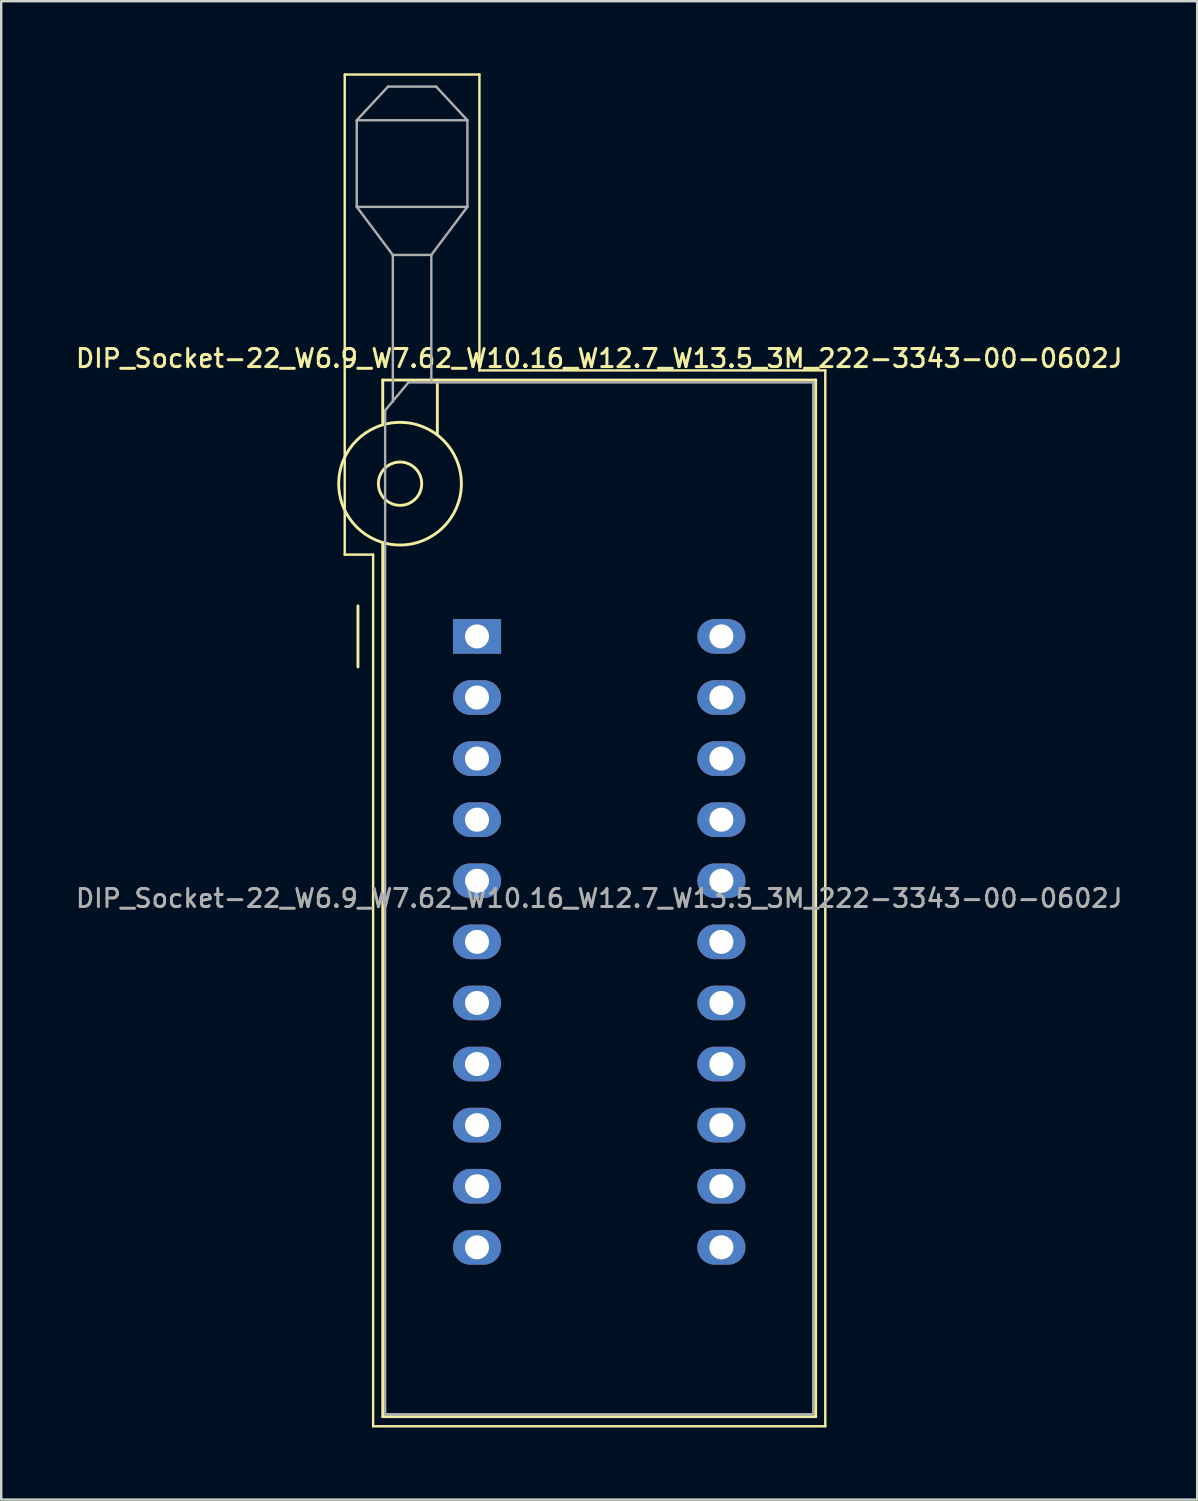
<source format=kicad_pcb>
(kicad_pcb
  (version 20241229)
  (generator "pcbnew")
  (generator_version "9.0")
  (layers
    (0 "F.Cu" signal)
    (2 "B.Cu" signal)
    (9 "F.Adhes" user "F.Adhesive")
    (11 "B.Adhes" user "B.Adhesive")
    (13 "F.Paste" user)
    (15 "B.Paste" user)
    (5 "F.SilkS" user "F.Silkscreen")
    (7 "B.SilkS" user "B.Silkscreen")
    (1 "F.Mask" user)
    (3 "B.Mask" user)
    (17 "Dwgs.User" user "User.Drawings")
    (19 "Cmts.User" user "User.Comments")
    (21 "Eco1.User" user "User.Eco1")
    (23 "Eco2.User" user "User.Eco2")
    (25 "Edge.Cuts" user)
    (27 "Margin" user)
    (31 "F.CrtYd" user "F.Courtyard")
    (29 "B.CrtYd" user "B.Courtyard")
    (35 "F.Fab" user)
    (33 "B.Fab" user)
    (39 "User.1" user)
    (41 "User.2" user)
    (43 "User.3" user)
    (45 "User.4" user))
  (footprint "DIP_Socket-22_W6.9_W7.62_W10.16_W12.7_W13.5_3M_222-3343-00-0602J"
    (layer "F.Cu")
    (at 16.783 23.41)
    (property "Reference" "DIP_Socket-22_W6.9_W7.62_W10.16_W12.7_W13.5_3M_222-3343-00-0602J" (at 5.08 -11.56 0) (layer "F.SilkS") (effects (font (size 0.75 0.75) (thickness 0.125))))
    (attr through_hole)
    (fp_line (start -5.5 -23.36) (end 0.1 -23.36) (stroke (width 0.1) (type solid)) (layer "F.SilkS"))
    (fp_line (start -5.5 -3.4) (end -5.5 -23.36) (stroke (width 0.1) (type solid)) (layer "F.SilkS"))
    (fp_line (start -4.95 1.27) (end -4.95 -1.27) (stroke (width 0.12) (type solid)) (layer "F.SilkS"))
    (fp_line (start -4.32 -3.4) (end -5.5 -3.4) (stroke (width 0.1) (type solid)) (layer "F.SilkS"))
    (fp_line (start -4.32 32.84) (end -4.32 -3.4) (stroke (width 0.1) (type solid)) (layer "F.SilkS"))
    (fp_line (start -3.92 -10.66) (end -3.92 -8.8) (stroke (width 0.12) (type solid)) (layer "F.SilkS"))
    (fp_line (start -3.92 -3.9) (end -3.92 32.44) (stroke (width 0.12) (type solid)) (layer "F.SilkS"))
    (fp_line (start -3.92 32.44) (end 14.08 32.44) (stroke (width 0.12) (type solid)) (layer "F.SilkS"))
    (fp_line (start -1.65 -10.66) (end -1.65 -8.4) (stroke (width 0.12) (type solid)) (layer "F.SilkS"))
    (fp_line (start 0.1 -23.36) (end 0.1 -11.06) (stroke (width 0.1) (type solid)) (layer "F.SilkS"))
    (fp_line (start 0.1 -11.06) (end 14.48 -11.06) (stroke (width 0.1) (type solid)) (layer "F.SilkS"))
    (fp_line (start 14.08 -10.66) (end -3.92 -10.66) (stroke (width 0.12) (type solid)) (layer "F.SilkS"))
    (fp_line (start 14.08 32.44) (end 14.08 -10.66) (stroke (width 0.12) (type solid)) (layer "F.SilkS"))
    (fp_line (start 14.48 -11.06) (end 14.48 32.84) (stroke (width 0.1) (type solid)) (layer "F.SilkS"))
    (fp_line (start 14.48 32.84) (end -4.32 32.84) (stroke (width 0.1) (type solid)) (layer "F.SilkS"))
    (fp_circle (center -3.2 -6.35) (end -2.3 -6.35) (stroke (width 0.12) (type solid)) (fill no) (layer "F.SilkS"))
    (fp_circle (center -3.2 -6.35) (end -0.65 -6.35) (stroke (width 0.12) (type solid)) (fill no) (layer "F.SilkS"))
    (fp_line (start -5 -21.46) (end -5 -17.86) (stroke (width 0.1) (type solid)) (layer "F.Fab"))
    (fp_line (start -5 -21.46) (end -3.7 -22.86) (stroke (width 0.1) (type solid)) (layer "F.Fab"))
    (fp_line (start -5 -17.86) (end -3.5 -15.86) (stroke (width 0.1) (type solid)) (layer "F.Fab"))
    (fp_line (start -5 -17.86) (end -0.4 -17.86) (stroke (width 0.1) (type solid)) (layer "F.Fab"))
    (fp_line (start -3.82 -9.4) (end -2.85 -10.56) (stroke (width 0.1) (type solid)) (layer "F.Fab"))
    (fp_line (start -3.82 32.34) (end -3.82 -9.4) (stroke (width 0.1) (type solid)) (layer "F.Fab"))
    (fp_line (start -3.7 -22.86) (end -1.7 -22.86) (stroke (width 0.1) (type solid)) (layer "F.Fab"))
    (fp_line (start -3.5 -15.86) (end -1.9 -15.86) (stroke (width 0.1) (type solid)) (layer "F.Fab"))
    (fp_line (start -3.5 -9.75) (end -3.5 -15.86) (stroke (width 0.1) (type solid)) (layer "F.Fab"))
    (fp_line (start -2.85 -10.56) (end 13.98 -10.56) (stroke (width 0.1) (type solid)) (layer "F.Fab"))
    (fp_line (start -1.9 -15.86) (end -1.9 -10.56) (stroke (width 0.1) (type solid)) (layer "F.Fab"))
    (fp_line (start -1.7 -22.86) (end -0.4 -21.46) (stroke (width 0.1) (type solid)) (layer "F.Fab"))
    (fp_line (start -0.4 -21.46) (end -5 -21.46) (stroke (width 0.1) (type solid)) (layer "F.Fab"))
    (fp_line (start -0.4 -17.86) (end -1.9 -15.86) (stroke (width 0.1) (type solid)) (layer "F.Fab"))
    (fp_line (start -0.4 -17.86) (end -0.4 -21.46) (stroke (width 0.1) (type solid)) (layer "F.Fab"))
    (fp_line (start 13.98 -10.56) (end 13.98 32.34) (stroke (width 0.1) (type solid)) (layer "F.Fab"))
    (fp_line (start 13.98 32.34) (end -3.82 32.34) (stroke (width 0.1) (type solid)) (layer "F.Fab"))
    (fp_text user "${REFERENCE}" (at 5.08 10.89 0) (layer "F.Fab") (effects (font (size 0.75 0.75) (thickness 0.125))))
    (pad "1" thru_hole rect (at 0 0) (size 2 1.44) (drill 1) (layers "*.Cu" "*.Mask"))
    (pad "2" thru_hole oval (at 0 2.54) (size 2 1.44) (drill 1) (layers "*.Cu" "*.Mask"))
    (pad "3" thru_hole oval (at 0 5.08) (size 2 1.44) (drill 1) (layers "*.Cu" "*.Mask"))
    (pad "4" thru_hole oval (at 0 7.62) (size 2 1.44) (drill 1) (layers "*.Cu" "*.Mask"))
    (pad "5" thru_hole oval (at 0 10.16) (size 2 1.44) (drill 1) (layers "*.Cu" "*.Mask"))
    (pad "6" thru_hole oval (at 0 12.7) (size 2 1.44) (drill 1) (layers "*.Cu" "*.Mask"))
    (pad "7" thru_hole oval (at 0 15.24) (size 2 1.44) (drill 1) (layers "*.Cu" "*.Mask"))
    (pad "8" thru_hole oval (at 0 17.78) (size 2 1.44) (drill 1) (layers "*.Cu" "*.Mask"))
    (pad "9" thru_hole oval (at 0 20.32) (size 2 1.44) (drill 1) (layers "*.Cu" "*.Mask"))
    (pad "10" thru_hole oval (at 0 22.86) (size 2 1.44) (drill 1) (layers "*.Cu" "*.Mask"))
    (pad "11" thru_hole oval (at 0 25.4) (size 2 1.44) (drill 1) (layers "*.Cu" "*.Mask"))
    (pad "12" thru_hole oval (at 10.16 25.4) (size 2 1.44) (drill 1) (layers "*.Cu" "*.Mask"))
    (pad "13" thru_hole oval (at 10.16 22.86) (size 2 1.44) (drill 1) (layers "*.Cu" "*.Mask"))
    (pad "14" thru_hole oval (at 10.16 20.32) (size 2 1.44) (drill 1) (layers "*.Cu" "*.Mask"))
    (pad "15" thru_hole oval (at 10.16 17.78) (size 2 1.44) (drill 1) (layers "*.Cu" "*.Mask"))
    (pad "16" thru_hole oval (at 10.16 15.24) (size 2 1.44) (drill 1) (layers "*.Cu" "*.Mask"))
    (pad "17" thru_hole oval (at 10.16 12.7) (size 2 1.44) (drill 1) (layers "*.Cu" "*.Mask"))
    (pad "18" thru_hole oval (at 10.16 10.16) (size 2 1.44) (drill 1) (layers "*.Cu" "*.Mask"))
    (pad "19" thru_hole oval (at 10.16 7.62) (size 2 1.44) (drill 1) (layers "*.Cu" "*.Mask"))
    (pad "20" thru_hole oval (at 10.16 5.08) (size 2 1.44) (drill 1) (layers "*.Cu" "*.Mask"))
    (pad "21" thru_hole oval (at 10.16 2.54) (size 2 1.44) (drill 1) (layers "*.Cu" "*.Mask"))
    (pad "22" thru_hole oval (at 10.16 0) (size 2 1.44) (drill 1) (layers "*.Cu" "*.Mask")))
  (gr_rect
    (start -3 -3)
    (end 46.725 59.3)
    (stroke (width 0.1) (type default))
    (fill no)
    (layer "Edge.Cuts")))
</source>
